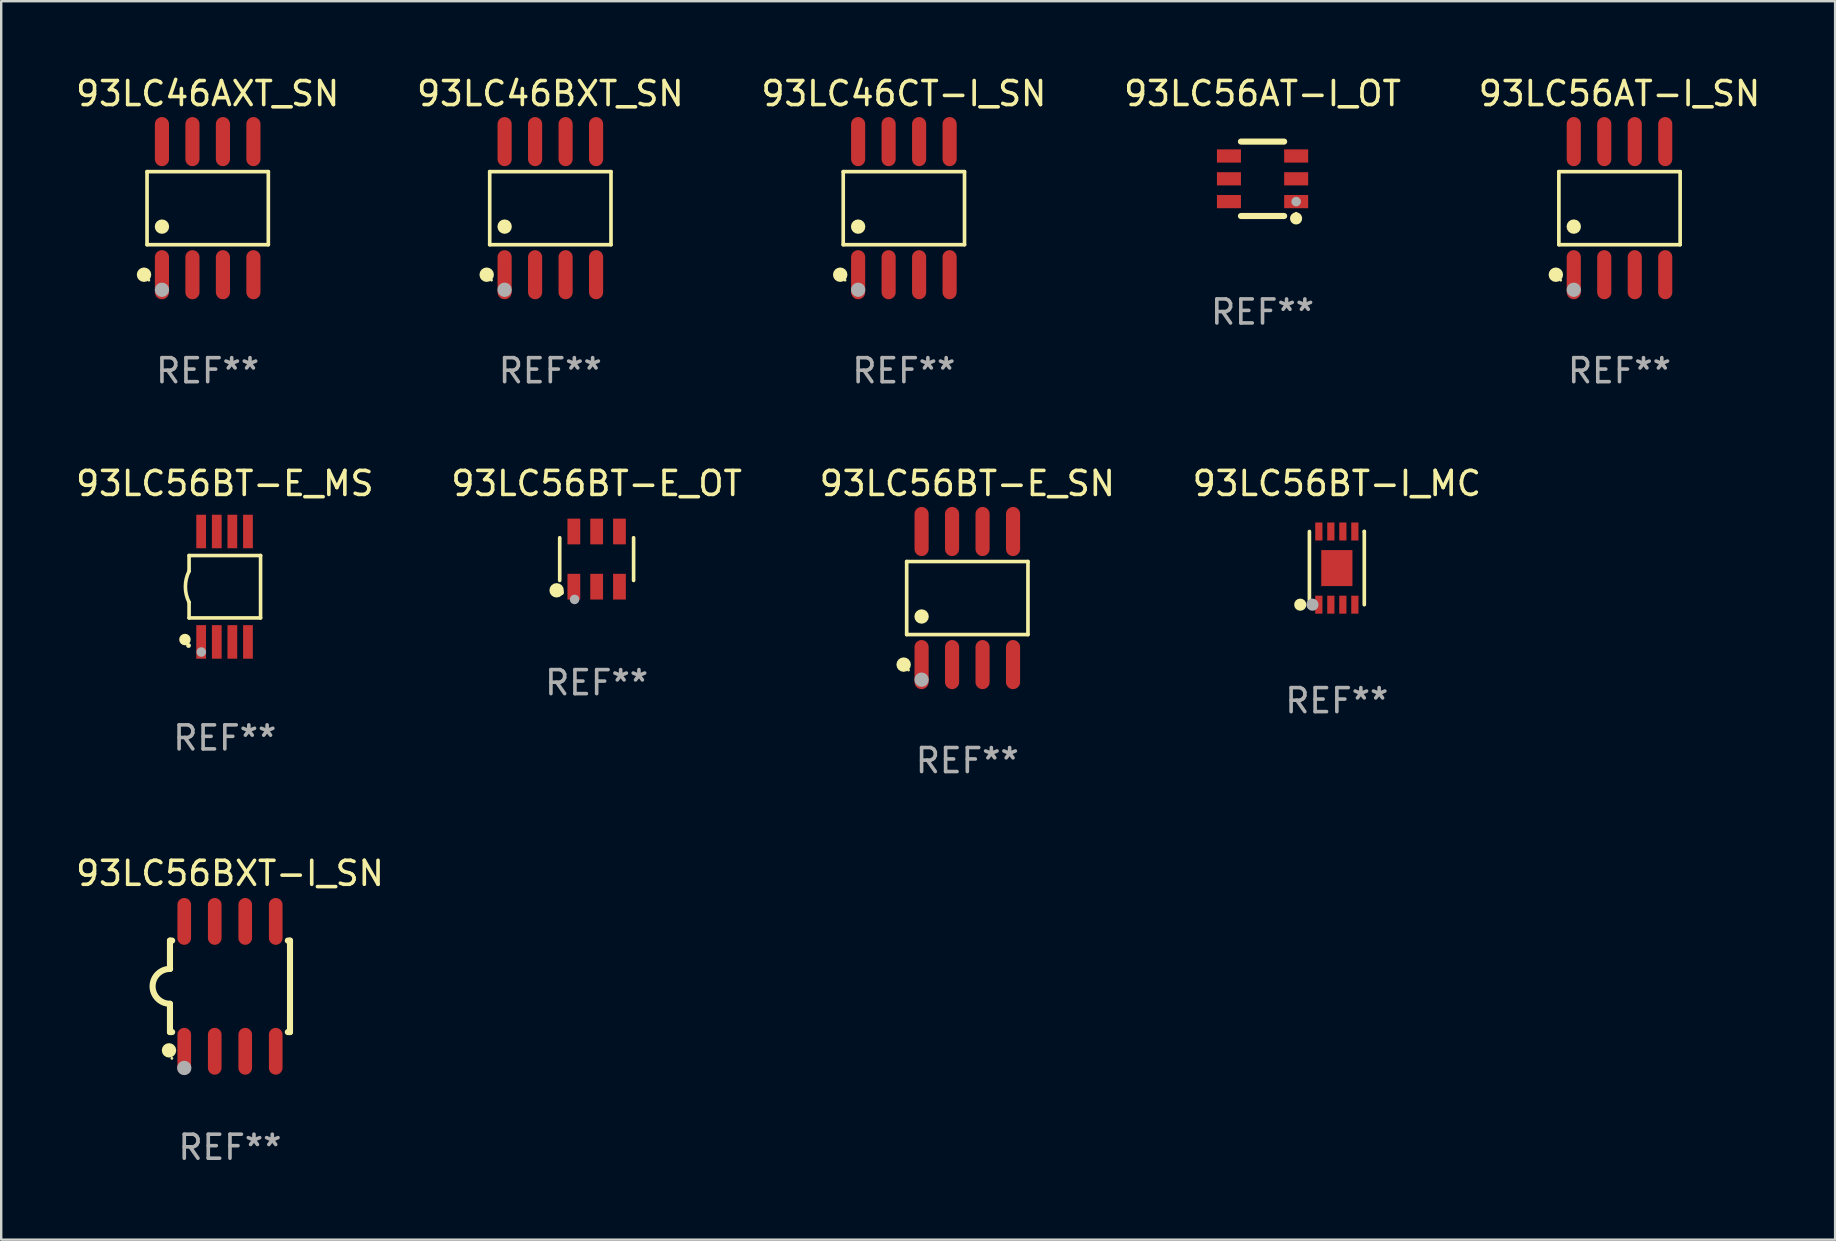
<source format=kicad_pcb>
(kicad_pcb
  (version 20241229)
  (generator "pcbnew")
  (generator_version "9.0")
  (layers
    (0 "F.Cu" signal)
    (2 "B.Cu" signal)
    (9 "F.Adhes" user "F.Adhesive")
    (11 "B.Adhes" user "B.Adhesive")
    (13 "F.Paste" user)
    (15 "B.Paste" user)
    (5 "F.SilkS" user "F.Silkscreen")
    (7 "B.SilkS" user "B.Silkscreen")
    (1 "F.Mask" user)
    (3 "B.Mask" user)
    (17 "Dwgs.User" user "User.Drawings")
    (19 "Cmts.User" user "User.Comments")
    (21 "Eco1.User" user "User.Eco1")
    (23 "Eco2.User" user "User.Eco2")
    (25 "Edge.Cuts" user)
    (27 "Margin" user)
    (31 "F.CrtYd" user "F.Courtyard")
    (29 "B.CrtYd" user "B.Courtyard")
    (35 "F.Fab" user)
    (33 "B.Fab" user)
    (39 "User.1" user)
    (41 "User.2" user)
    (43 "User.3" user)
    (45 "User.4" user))
  (footprint "93LC46CT-I_SN"
    (layer "F.Cu")
    (at 34.601 5.621)
    (property "Reference" "93LC46CT-I_SN" (at 0 -4.772 0) (layer "F.SilkS") (effects (font (size 1 1) (thickness 0.15))))
    (attr through_hole)
    (fp_line (start -2.526 -1.521) (end 2.526 -1.521) (stroke (width 0.152) (type solid)) (layer "F.SilkS"))
    (fp_line (start -2.526 1.521) (end -2.526 -1.521) (stroke (width 0.152) (type solid)) (layer "F.SilkS"))
    (fp_line (start 2.526 -1.521) (end 2.526 1.521) (stroke (width 0.152) (type solid)) (layer "F.SilkS"))
    (fp_line (start 2.526 1.521) (end -2.526 1.521) (stroke (width 0.152) (type solid)) (layer "F.SilkS"))
    (fp_circle (center -2.652 2.772) (end -2.501 2.772) (stroke (width 0.3) (type solid)) (fill no) (layer "F.SilkS"))
    (fp_circle (center -2.45 3) (end -2.42 3) (stroke (width 0.06) (type solid)) (fill no) (layer "F.SilkS"))
    (fp_circle (center -1.905 0.769) (end -1.755 0.769) (stroke (width 0.3) (type solid)) (fill no) (layer "F.SilkS"))
    (fp_circle (center -1.905 3.4) (end -1.755 3.4) (stroke (width 0.3) (type solid)) (fill no) (layer "F.Fab"))
    (fp_text user "REF**" (at 0 6.772 0) (layer "F.Fab") (effects (font (size 1 1) (thickness 0.15))))
    (pad "1" smd oval (at -1.905 2.772) (size 0.588 2.045) (layers "F.Cu" "F.Mask" "F.Paste"))
    (pad "2" smd oval (at -0.635 2.772) (size 0.588 2.045) (layers "F.Cu" "F.Mask" "F.Paste"))
    (pad "3" smd oval (at 0.635 2.772) (size 0.588 2.045) (layers "F.Cu" "F.Mask" "F.Paste"))
    (pad "4" smd oval (at 1.905 2.772) (size 0.588 2.045) (layers "F.Cu" "F.Mask" "F.Paste"))
    (pad "5" smd oval (at 1.905 -2.772) (size 0.588 2.045) (layers "F.Cu" "F.Mask" "F.Paste"))
    (pad "6" smd oval (at 0.635 -2.772) (size 0.588 2.045) (layers "F.Cu" "F.Mask" "F.Paste"))
    (pad "7" smd oval (at -0.635 -2.772) (size 0.588 2.045) (layers "F.Cu" "F.Mask" "F.Paste"))
    (pad "8" smd oval (at -1.905 -2.772) (size 0.588 2.045) (layers "F.Cu" "F.Mask" "F.Paste")))
  (footprint "93LC56BT-E_OT"
    (layer "F.Cu")
    (at 21.804 20.239)
    (property "Reference" "93LC56BT-E_OT" (at 0 -3.149 0) (layer "F.SilkS") (effects (font (size 1 1) (thickness 0.15))))
    (attr through_hole)
    (fp_line (start -1.539 0.889) (end -1.539 -0.889) (stroke (width 0.152) (type solid)) (layer "F.SilkS"))
    (fp_line (start 1.539 0.889) (end 1.539 -0.889) (stroke (width 0.152) (type solid)) (layer "F.SilkS"))
    (fp_circle (center -1.668 1.301) (end -1.518 1.301) (stroke (width 0.3) (type solid)) (fill no) (layer "F.SilkS"))
    (fp_circle (center -1.463 1.4) (end -1.413 1.4) (stroke (width 0.1) (type solid)) (fill no) (layer "F.SilkS"))
    (fp_circle (center -0.92 1.68) (end -0.82 1.68) (stroke (width 0.2) (type solid)) (fill no) (layer "F.Fab"))
    (fp_text user "REF**" (at 0 5.149 0) (layer "F.Fab") (effects (font (size 1 1) (thickness 0.15))))
    (pad "1" smd rect (at -0.95 1.149) (size 0.532 1.072) (layers "F.Cu" "F.Mask" "F.Paste"))
    (pad "2" smd rect (at 0 1.149) (size 0.532 1.072) (layers "F.Cu" "F.Mask" "F.Paste"))
    (pad "3" smd rect (at 0.95 1.149) (size 0.532 1.072) (layers "F.Cu" "F.Mask" "F.Paste"))
    (pad "4" smd rect (at 0.95 -1.149) (size 0.532 1.072) (layers "F.Cu" "F.Mask" "F.Paste"))
    (pad "5" smd rect (at 0 -1.149) (size 0.532 1.072) (layers "F.Cu" "F.Mask" "F.Paste"))
    (pad "6" smd rect (at -0.95 -1.149) (size 0.532 1.072) (layers "F.Cu" "F.Mask" "F.Paste")))
  (footprint "93LC56BT-E_MS"
    (layer "F.Cu")
    (at 6.315 21.39)
    (property "Reference" "93LC56BT-E_MS" (at 0 -4.3 0) (layer "F.SilkS") (effects (font (size 1 1) (thickness 0.15))))
    (attr through_hole)
    (fp_line (start -1.489 -1.3) (end -1.489 -0.648) (stroke (width 0.15) (type solid)) (layer "F.SilkS"))
    (fp_line (start -1.489 0.648) (end -1.489 1.3) (stroke (width 0.15) (type solid)) (layer "F.SilkS"))
    (fp_line (start -1.489 1.3) (end 1.489 1.3) (stroke (width 0.15) (type solid)) (layer "F.SilkS"))
    (fp_line (start 1.489 -1.3) (end -1.489 -1.3) (stroke (width 0.15) (type solid)) (layer "F.SilkS"))
    (fp_line (start 1.489 1.3) (end 1.489 -1.3) (stroke (width 0.15) (type solid)) (layer "F.SilkS"))
    (fp_arc (start -1.489205 0.647702) (mid -1.642107 0) (end -1.489205 -0.647701) (stroke (width 0.150013) (type solid)) (layer "F.SilkS"))
    (fp_circle (center -1.661 2.2) (end -1.541 2.2) (stroke (width 0.24) (type solid)) (fill no) (layer "F.SilkS"))
    (fp_circle (center -1.511 2.45) (end -1.461 2.45) (stroke (width 0.1) (type solid)) (fill no) (layer "F.SilkS"))
    (fp_circle (center -0.981 2.72) (end -0.881 2.72) (stroke (width 0.2) (type solid)) (fill no) (layer "F.Fab"))
    (fp_text user "REF**" (at 0 6.3 0) (layer "F.Fab") (effects (font (size 1 1) (thickness 0.15))))
    (pad "1" smd rect (at -0.986 2.3) (size 0.406 1.397) (layers "F.Cu" "F.Mask" "F.Paste"))
    (pad "2" smd rect (at -0.336 2.3) (size 0.406 1.397) (layers "F.Cu" "F.Mask" "F.Paste"))
    (pad "3" smd rect (at 0.314 2.3) (size 0.406 1.397) (layers "F.Cu" "F.Mask" "F.Paste"))
    (pad "4" smd rect (at 0.964 2.3) (size 0.406 1.397) (layers "F.Cu" "F.Mask" "F.Paste"))
    (pad "5" smd rect (at 0.964 -2.3) (size 0.406 1.397) (layers "F.Cu" "F.Mask" "F.Paste"))
    (pad "6" smd rect (at 0.314 -2.3) (size 0.406 1.397) (layers "F.Cu" "F.Mask" "F.Paste"))
    (pad "7" smd rect (at -0.336 -2.3) (size 0.406 1.397) (layers "F.Cu" "F.Mask" "F.Paste"))
    (pad "8" smd rect (at -0.986 -2.3) (size 0.406 1.397) (layers "F.Cu" "F.Mask" "F.Paste")))
  (footprint "93LC56AT-I_OT"
    (layer "F.Cu")
    (at 49.542 4.398)
    (property "Reference" "93LC56AT-I_OT" (at 0 -3.55 0) (layer "F.SilkS") (effects (font (size 1 1) (thickness 0.15))))
    (attr through_hole)
    (fp_line (start -0.9 -1.55) (end 0.9 -1.55) (stroke (width 0.254) (type solid)) (layer "F.SilkS"))
    (fp_line (start -0.9 1.55) (end 0.9 1.55) (stroke (width 0.254) (type solid)) (layer "F.SilkS"))
    (fp_circle (center 1.397 1.651) (end 1.524 1.651) (stroke (width 0.254) (type solid)) (fill no) (layer "F.SilkS"))
    (fp_circle (center 1.4 1.435) (end 1.43 1.435) (stroke (width 0.06) (type solid)) (fill no) (layer "F.SilkS"))
    (fp_circle (center 1.4 0.95) (end 1.5 0.95) (stroke (width 0.2) (type solid)) (fill no) (layer "F.Fab"))
    (fp_text user "REF**" (at 0 5.55 0) (layer "F.Fab") (effects (font (size 1 1) (thickness 0.15))))
    (pad "1" smd rect (at 1.4 0.95) (size 1 0.55) (layers "F.Cu" "F.Mask" "F.Paste"))
    (pad "2" smd rect (at 1.4 -0.000102) (size 1 0.55) (layers "F.Cu" "F.Mask" "F.Paste"))
    (pad "3" smd rect (at 1.4 -0.95) (size 1 0.55) (layers "F.Cu" "F.Mask" "F.Paste"))
    (pad "4" smd rect (at -1.4 -0.95) (size 1 0.55) (layers "F.Cu" "F.Mask" "F.Paste"))
    (pad "5" smd rect (at -1.4 -0.000102) (size 1 0.55) (layers "F.Cu" "F.Mask" "F.Paste"))
    (pad "6" smd rect (at -1.4 0.95) (size 1 0.55) (layers "F.Cu" "F.Mask" "F.Paste")))
  (footprint "93LC56BT-I_MC"
    (layer "F.Cu")
    (at 52.637 20.614)
    (property "Reference" "93LC56BT-I_MC" (at 0 -3.524 0) (layer "F.SilkS") (effects (font (size 1 1) (thickness 0.15))))
    (attr through_hole)
    (fp_line (start -1.143 1.524) (end -1.143 1.524) (stroke (width 0.152) (type solid)) (layer "F.SilkS"))
    (fp_line (start -1.143 1.524) (end -1.143 -1.524) (stroke (width 0.152) (type solid)) (layer "F.SilkS"))
    (fp_line (start 1.143 -1.524) (end 1.143 1.524) (stroke (width 0.152) (type solid)) (layer "F.SilkS"))
    (fp_line (start 1.143 -1.524) (end 1.143 -1.524) (stroke (width 0.152) (type solid)) (layer "F.SilkS"))
    (fp_circle (center -1.524 1.524) (end -1.397 1.524) (stroke (width 0.254) (type solid)) (fill no) (layer "F.SilkS"))
    (fp_circle (center -1 1.5) (end -0.97 1.5) (stroke (width 0.06) (type solid)) (fill no) (layer "F.SilkS"))
    (fp_circle (center -1.016 1.524) (end -0.889 1.524) (stroke (width 0.254) (type solid)) (fill no) (layer "F.Fab"))
    (fp_text user "REF**" (at 0 5.524 0) (layer "F.Fab") (effects (font (size 1 1) (thickness 0.15))))
    (pad "1" smd rect (at -0.75 1.524) (size 0.3 0.75) (layers "F.Cu" "F.Mask" "F.Paste"))
    (pad "2" smd rect (at -0.25 1.524) (size 0.3 0.75) (layers "F.Cu" "F.Mask" "F.Paste"))
    (pad "3" smd rect (at 0.25 1.524) (size 0.3 0.75) (layers "F.Cu" "F.Mask" "F.Paste"))
    (pad "4" smd rect (at 0.75 1.524) (size 0.3 0.75) (layers "F.Cu" "F.Mask" "F.Paste"))
    (pad "5" smd rect (at 0.75 -1.524) (size 0.3 0.75) (layers "F.Cu" "F.Mask" "F.Paste"))
    (pad "6" smd rect (at 0.25 -1.524) (size 0.3 0.75) (layers "F.Cu" "F.Mask" "F.Paste"))
    (pad "7" smd rect (at -0.25 -1.524) (size 0.3 0.75) (layers "F.Cu" "F.Mask" "F.Paste"))
    (pad "8" smd rect (at -0.75 -1.524) (size 0.3 0.75) (layers "F.Cu" "F.Mask" "F.Paste"))
    (pad "9" smd rect (at -0.000254 0) (size 1.3 1.5) (layers "F.Cu" "F.Mask" "F.Paste")))
  (footprint "93LC56BXT-I_SN"
    (layer "F.Cu")
    (at 6.53 38.036)
    (property "Reference" "93LC56BXT-I_SN" (at 0 -4.705 0) (layer "F.SilkS") (effects (font (size 1 1) (thickness 0.15))))
    (attr through_hole)
    (fp_line (start -2.5 -1.905) (end -2.409 -1.905) (stroke (width 0.254) (type solid)) (layer "F.SilkS"))
    (fp_line (start -2.5 -1.5) (end -2.5 -1.905) (stroke (width 0.254) (type solid)) (layer "F.SilkS"))
    (fp_line (start -2.5 -1.5) (end -2.5 -0.726) (stroke (width 0.254) (type solid)) (layer "F.SilkS"))
    (fp_line (start -2.5 1.5) (end -2.5 0.727) (stroke (width 0.254) (type solid)) (layer "F.SilkS"))
    (fp_line (start -2.5 1.5) (end -2.5 1.905) (stroke (width 0.254) (type solid)) (layer "F.SilkS"))
    (fp_line (start -2.5 1.905) (end -2.409 1.905) (stroke (width 0.254) (type solid)) (layer "F.SilkS"))
    (fp_line (start 2.5 -1.905) (end 2.409 -1.905) (stroke (width 0.254) (type solid)) (layer "F.SilkS"))
    (fp_line (start 2.5 -1.5) (end 2.5 -1.905) (stroke (width 0.254) (type solid)) (layer "F.SilkS"))
    (fp_line (start 2.5 -1.5) (end 2.5 1.5) (stroke (width 0.254) (type solid)) (layer "F.SilkS"))
    (fp_line (start 2.5 1.5) (end 2.5 1.905) (stroke (width 0.254) (type solid)) (layer "F.SilkS"))
    (fp_line (start 2.5 1.905) (end 2.409 1.905) (stroke (width 0.254) (type solid)) (layer "F.SilkS"))
    (fp_arc (start -2.5 0.726568) (mid -3.220316 -0.0023) (end -2.495097 -0.726289) (stroke (width 0.254001) (type solid)) (layer "F.SilkS"))
    (fp_circle (center -2.54 2.667) (end -2.39 2.667) (stroke (width 0.3) (type solid)) (fill no) (layer "F.SilkS"))
    (fp_circle (center -2.42 3) (end -2.39 3) (stroke (width 0.06) (type solid)) (fill no) (layer "F.SilkS"))
    (fp_circle (center -1.905 3.4) (end -1.755 3.4) (stroke (width 0.3) (type solid)) (fill no) (layer "F.Fab"))
    (fp_text user "REF**" (at 0 6.705 0) (layer "F.Fab") (effects (font (size 1 1) (thickness 0.15))))
    (pad "1" smd oval (at -1.905 2.705) (size 0.568 1.95) (layers "F.Cu" "F.Mask" "F.Paste"))
    (pad "2" smd oval (at -0.635 2.705) (size 0.568 1.95) (layers "F.Cu" "F.Mask" "F.Paste"))
    (pad "3" smd oval (at 0.635 2.705) (size 0.568 1.95) (layers "F.Cu" "F.Mask" "F.Paste"))
    (pad "4" smd oval (at 1.905 2.705) (size 0.568 1.95) (layers "F.Cu" "F.Mask" "F.Paste"))
    (pad "5" smd oval (at 1.905 -2.705) (size 0.568 1.95) (layers "F.Cu" "F.Mask" "F.Paste"))
    (pad "6" smd oval (at 0.635 -2.705) (size 0.568 1.95) (layers "F.Cu" "F.Mask" "F.Paste"))
    (pad "7" smd oval (at -0.635 -2.705) (size 0.568 1.95) (layers "F.Cu" "F.Mask" "F.Paste"))
    (pad "8" smd oval (at -1.905 -2.705) (size 0.568 1.95) (layers "F.Cu" "F.Mask" "F.Paste")))
  (footprint "93LC46AXT_SN"
    (layer "F.Cu")
    (at 5.601 5.621)
    (property "Reference" "93LC46AXT_SN" (at 0 -4.772 0) (layer "F.SilkS") (effects (font (size 1 1) (thickness 0.15))))
    (attr through_hole)
    (fp_line (start -2.526 -1.521) (end 2.526 -1.521) (stroke (width 0.152) (type solid)) (layer "F.SilkS"))
    (fp_line (start -2.526 1.521) (end -2.526 -1.521) (stroke (width 0.152) (type solid)) (layer "F.SilkS"))
    (fp_line (start 2.526 -1.521) (end 2.526 1.521) (stroke (width 0.152) (type solid)) (layer "F.SilkS"))
    (fp_line (start 2.526 1.521) (end -2.526 1.521) (stroke (width 0.152) (type solid)) (layer "F.SilkS"))
    (fp_circle (center -2.652 2.772) (end -2.501 2.772) (stroke (width 0.3) (type solid)) (fill no) (layer "F.SilkS"))
    (fp_circle (center -2.45 3) (end -2.42 3) (stroke (width 0.06) (type solid)) (fill no) (layer "F.SilkS"))
    (fp_circle (center -1.905 0.769) (end -1.755 0.769) (stroke (width 0.3) (type solid)) (fill no) (layer "F.SilkS"))
    (fp_circle (center -1.905 3.4) (end -1.755 3.4) (stroke (width 0.3) (type solid)) (fill no) (layer "F.Fab"))
    (fp_text user "REF**" (at 0 6.772 0) (layer "F.Fab") (effects (font (size 1 1) (thickness 0.15))))
    (pad "1" smd oval (at -1.905 2.772) (size 0.588 2.045) (layers "F.Cu" "F.Mask" "F.Paste"))
    (pad "2" smd oval (at -0.635 2.772) (size 0.588 2.045) (layers "F.Cu" "F.Mask" "F.Paste"))
    (pad "3" smd oval (at 0.635 2.772) (size 0.588 2.045) (layers "F.Cu" "F.Mask" "F.Paste"))
    (pad "4" smd oval (at 1.905 2.772) (size 0.588 2.045) (layers "F.Cu" "F.Mask" "F.Paste"))
    (pad "5" smd oval (at 1.905 -2.772) (size 0.588 2.045) (layers "F.Cu" "F.Mask" "F.Paste"))
    (pad "6" smd oval (at 0.635 -2.772) (size 0.588 2.045) (layers "F.Cu" "F.Mask" "F.Paste"))
    (pad "7" smd oval (at -0.635 -2.772) (size 0.588 2.045) (layers "F.Cu" "F.Mask" "F.Paste"))
    (pad "8" smd oval (at -1.905 -2.772) (size 0.588 2.045) (layers "F.Cu" "F.Mask" "F.Paste")))
  (footprint "93LC46BXT_SN"
    (layer "F.Cu")
    (at 19.875 5.621)
    (property "Reference" "93LC46BXT_SN" (at 0 -4.772 0) (layer "F.SilkS") (effects (font (size 1 1) (thickness 0.15))))
    (attr through_hole)
    (fp_line (start -2.526 -1.521) (end 2.526 -1.521) (stroke (width 0.152) (type solid)) (layer "F.SilkS"))
    (fp_line (start -2.526 1.521) (end -2.526 -1.521) (stroke (width 0.152) (type solid)) (layer "F.SilkS"))
    (fp_line (start 2.526 -1.521) (end 2.526 1.521) (stroke (width 0.152) (type solid)) (layer "F.SilkS"))
    (fp_line (start 2.526 1.521) (end -2.526 1.521) (stroke (width 0.152) (type solid)) (layer "F.SilkS"))
    (fp_circle (center -2.652 2.772) (end -2.501 2.772) (stroke (width 0.3) (type solid)) (fill no) (layer "F.SilkS"))
    (fp_circle (center -2.45 3) (end -2.42 3) (stroke (width 0.06) (type solid)) (fill no) (layer "F.SilkS"))
    (fp_circle (center -1.905 0.769) (end -1.755 0.769) (stroke (width 0.3) (type solid)) (fill no) (layer "F.SilkS"))
    (fp_circle (center -1.905 3.4) (end -1.755 3.4) (stroke (width 0.3) (type solid)) (fill no) (layer "F.Fab"))
    (fp_text user "REF**" (at 0 6.772 0) (layer "F.Fab") (effects (font (size 1 1) (thickness 0.15))))
    (pad "1" smd oval (at -1.905 2.772) (size 0.588 2.045) (layers "F.Cu" "F.Mask" "F.Paste"))
    (pad "2" smd oval (at -0.635 2.772) (size 0.588 2.045) (layers "F.Cu" "F.Mask" "F.Paste"))
    (pad "3" smd oval (at 0.635 2.772) (size 0.588 2.045) (layers "F.Cu" "F.Mask" "F.Paste"))
    (pad "4" smd oval (at 1.905 2.772) (size 0.588 2.045) (layers "F.Cu" "F.Mask" "F.Paste"))
    (pad "5" smd oval (at 1.905 -2.772) (size 0.588 2.045) (layers "F.Cu" "F.Mask" "F.Paste"))
    (pad "6" smd oval (at 0.635 -2.772) (size 0.588 2.045) (layers "F.Cu" "F.Mask" "F.Paste"))
    (pad "7" smd oval (at -0.635 -2.772) (size 0.588 2.045) (layers "F.Cu" "F.Mask" "F.Paste"))
    (pad "8" smd oval (at -1.905 -2.772) (size 0.588 2.045) (layers "F.Cu" "F.Mask" "F.Paste")))
  (footprint "93LC56BT-E_SN"
    (layer "F.Cu")
    (at 37.244 21.862)
    (property "Reference" "93LC56BT-E_SN" (at 0 -4.772 0) (layer "F.SilkS") (effects (font (size 1 1) (thickness 0.15))))
    (attr through_hole)
    (fp_line (start -2.526 -1.521) (end 2.526 -1.521) (stroke (width 0.152) (type solid)) (layer "F.SilkS"))
    (fp_line (start -2.526 1.521) (end -2.526 -1.521) (stroke (width 0.152) (type solid)) (layer "F.SilkS"))
    (fp_line (start 2.526 -1.521) (end 2.526 1.521) (stroke (width 0.152) (type solid)) (layer "F.SilkS"))
    (fp_line (start 2.526 1.521) (end -2.526 1.521) (stroke (width 0.152) (type solid)) (layer "F.SilkS"))
    (fp_circle (center -2.652 2.772) (end -2.501 2.772) (stroke (width 0.3) (type solid)) (fill no) (layer "F.SilkS"))
    (fp_circle (center -2.45 3) (end -2.42 3) (stroke (width 0.06) (type solid)) (fill no) (layer "F.SilkS"))
    (fp_circle (center -1.905 0.769) (end -1.755 0.769) (stroke (width 0.3) (type solid)) (fill no) (layer "F.SilkS"))
    (fp_circle (center -1.905 3.4) (end -1.755 3.4) (stroke (width 0.3) (type solid)) (fill no) (layer "F.Fab"))
    (fp_text user "REF**" (at 0 6.772 0) (layer "F.Fab") (effects (font (size 1 1) (thickness 0.15))))
    (pad "1" smd oval (at -1.905 2.772) (size 0.588 2.045) (layers "F.Cu" "F.Mask" "F.Paste"))
    (pad "2" smd oval (at -0.635 2.772) (size 0.588 2.045) (layers "F.Cu" "F.Mask" "F.Paste"))
    (pad "3" smd oval (at 0.635 2.772) (size 0.588 2.045) (layers "F.Cu" "F.Mask" "F.Paste"))
    (pad "4" smd oval (at 1.905 2.772) (size 0.588 2.045) (layers "F.Cu" "F.Mask" "F.Paste"))
    (pad "5" smd oval (at 1.905 -2.772) (size 0.588 2.045) (layers "F.Cu" "F.Mask" "F.Paste"))
    (pad "6" smd oval (at 0.635 -2.772) (size 0.588 2.045) (layers "F.Cu" "F.Mask" "F.Paste"))
    (pad "7" smd oval (at -0.635 -2.772) (size 0.588 2.045) (layers "F.Cu" "F.Mask" "F.Paste"))
    (pad "8" smd oval (at -1.905 -2.772) (size 0.588 2.045) (layers "F.Cu" "F.Mask" "F.Paste")))
  (footprint "93LC56AT-I_SN"
    (layer "F.Cu")
    (at 64.411 5.621)
    (property "Reference" "93LC56AT-I_SN" (at 0 -4.772 0) (layer "F.SilkS") (effects (font (size 1 1) (thickness 0.15))))
    (attr through_hole)
    (fp_line (start -2.526 -1.521) (end 2.526 -1.521) (stroke (width 0.152) (type solid)) (layer "F.SilkS"))
    (fp_line (start -2.526 1.521) (end -2.526 -1.521) (stroke (width 0.152) (type solid)) (layer "F.SilkS"))
    (fp_line (start 2.526 -1.521) (end 2.526 1.521) (stroke (width 0.152) (type solid)) (layer "F.SilkS"))
    (fp_line (start 2.526 1.521) (end -2.526 1.521) (stroke (width 0.152) (type solid)) (layer "F.SilkS"))
    (fp_circle (center -2.652 2.772) (end -2.501 2.772) (stroke (width 0.3) (type solid)) (fill no) (layer "F.SilkS"))
    (fp_circle (center -2.45 3) (end -2.42 3) (stroke (width 0.06) (type solid)) (fill no) (layer "F.SilkS"))
    (fp_circle (center -1.905 0.769) (end -1.755 0.769) (stroke (width 0.3) (type solid)) (fill no) (layer "F.SilkS"))
    (fp_circle (center -1.905 3.4) (end -1.755 3.4) (stroke (width 0.3) (type solid)) (fill no) (layer "F.Fab"))
    (fp_text user "REF**" (at 0 6.772 0) (layer "F.Fab") (effects (font (size 1 1) (thickness 0.15))))
    (pad "1" smd oval (at -1.905 2.772) (size 0.588 2.045) (layers "F.Cu" "F.Mask" "F.Paste"))
    (pad "2" smd oval (at -0.635 2.772) (size 0.588 2.045) (layers "F.Cu" "F.Mask" "F.Paste"))
    (pad "3" smd oval (at 0.635 2.772) (size 0.588 2.045) (layers "F.Cu" "F.Mask" "F.Paste"))
    (pad "4" smd oval (at 1.905 2.772) (size 0.588 2.045) (layers "F.Cu" "F.Mask" "F.Paste"))
    (pad "5" smd oval (at 1.905 -2.772) (size 0.588 2.045) (layers "F.Cu" "F.Mask" "F.Paste"))
    (pad "6" smd oval (at 0.635 -2.772) (size 0.588 2.045) (layers "F.Cu" "F.Mask" "F.Paste"))
    (pad "7" smd oval (at -0.635 -2.772) (size 0.588 2.045) (layers "F.Cu" "F.Mask" "F.Paste"))
    (pad "8" smd oval (at -1.905 -2.772) (size 0.588 2.045) (layers "F.Cu" "F.Mask" "F.Paste")))
  (gr_rect
    (start -3 -3)
    (end 73.393 48.589)
    (stroke (width 0.1) (type default))
    (fill no)
    (layer "Edge.Cuts")))
</source>
